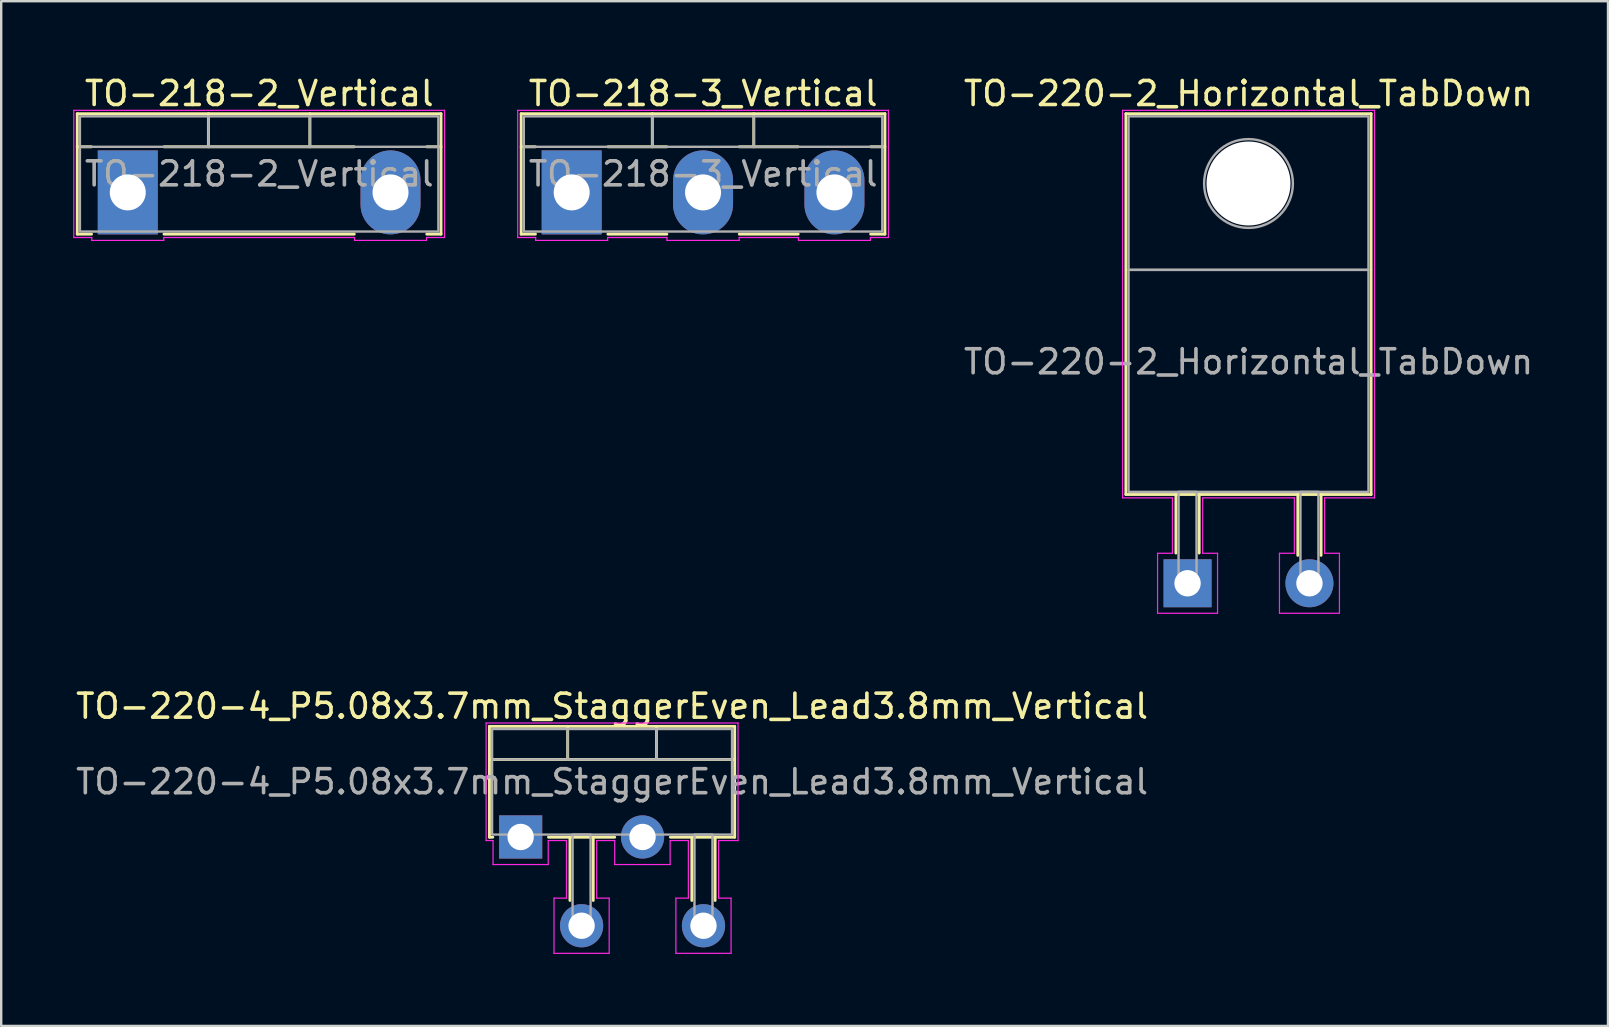
<source format=kicad_pcb>
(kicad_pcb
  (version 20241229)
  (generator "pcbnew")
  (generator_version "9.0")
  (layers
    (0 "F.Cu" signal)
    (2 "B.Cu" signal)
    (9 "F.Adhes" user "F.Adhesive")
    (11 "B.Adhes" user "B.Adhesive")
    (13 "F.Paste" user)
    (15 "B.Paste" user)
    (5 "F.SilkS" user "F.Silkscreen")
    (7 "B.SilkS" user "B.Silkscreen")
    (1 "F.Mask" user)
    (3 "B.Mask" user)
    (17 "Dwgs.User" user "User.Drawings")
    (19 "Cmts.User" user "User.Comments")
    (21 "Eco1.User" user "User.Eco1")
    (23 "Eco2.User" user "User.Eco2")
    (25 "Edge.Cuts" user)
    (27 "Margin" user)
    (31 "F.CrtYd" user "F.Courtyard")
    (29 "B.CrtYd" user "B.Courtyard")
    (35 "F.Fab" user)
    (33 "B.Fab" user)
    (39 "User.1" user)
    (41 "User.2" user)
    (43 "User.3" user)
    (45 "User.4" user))
  (footprint "TO-218-3_Vertical"
    (layer "F.Cu")
    (at 20.775 4.968)
    (property "Reference" "TO-218-3_Vertical" (at 5.48 -4.12 0) (layer "F.SilkS") (effects (font (size 1 1) (thickness 0.15))))
    (attr through_hole)
    (fp_line (start -2.105 -3.28) (end -2.105 1.74) (stroke (width 0.12) (type solid)) (layer "F.SilkS"))
    (fp_line (start -2.105 -3.28) (end 13.055 -3.28) (stroke (width 0.12) (type solid)) (layer "F.SilkS"))
    (fp_line (start -2.105 -1.9) (end -1.51 -1.9) (stroke (width 0.12) (type solid)) (layer "F.SilkS"))
    (fp_line (start -2.105 1.74) (end -1.51 1.74) (stroke (width 0.12) (type solid)) (layer "F.SilkS"))
    (fp_line (start 1.51 -1.9) (end 3.965 -1.9) (stroke (width 0.12) (type solid)) (layer "F.SilkS"))
    (fp_line (start 1.51 1.74) (end 3.965 1.74) (stroke (width 0.12) (type solid)) (layer "F.SilkS"))
    (fp_line (start 3.36 -3.28) (end 3.36 -1.9) (stroke (width 0.12) (type solid)) (layer "F.SilkS"))
    (fp_line (start 6.985 -1.9) (end 9.44 -1.9) (stroke (width 0.12) (type solid)) (layer "F.SilkS"))
    (fp_line (start 6.985 1.74) (end 9.44 1.74) (stroke (width 0.12) (type solid)) (layer "F.SilkS"))
    (fp_line (start 7.59 -3.28) (end 7.59 -1.9) (stroke (width 0.12) (type solid)) (layer "F.SilkS"))
    (fp_line (start 12.46 -1.9) (end 13.055 -1.9) (stroke (width 0.12) (type solid)) (layer "F.SilkS"))
    (fp_line (start 12.46 1.74) (end 13.055 1.74) (stroke (width 0.12) (type solid)) (layer "F.SilkS"))
    (fp_line (start 13.055 -3.28) (end 13.055 1.74) (stroke (width 0.12) (type solid)) (layer "F.SilkS"))
    (fp_line (start -2.25 -3.42) (end 13.2 -3.42) (stroke (width 0.05) (type solid)) (layer "F.CrtYd"))
    (fp_line (start -2.25 1.88) (end -2.25 -3.42) (stroke (width 0.05) (type solid)) (layer "F.CrtYd"))
    (fp_line (start -1.5 1.88) (end -2.25 1.88) (stroke (width 0.05) (type solid)) (layer "F.CrtYd"))
    (fp_line (start -1.5 2) (end -1.5 1.88) (stroke (width 0.05) (type solid)) (layer "F.CrtYd"))
    (fp_line (start 1.5 1.88) (end 1.5 2) (stroke (width 0.05) (type solid)) (layer "F.CrtYd"))
    (fp_line (start 1.5 2) (end -1.5 2) (stroke (width 0.05) (type solid)) (layer "F.CrtYd"))
    (fp_line (start 3.97 1.88) (end 1.5 1.88) (stroke (width 0.05) (type solid)) (layer "F.CrtYd"))
    (fp_line (start 3.97 2) (end 3.97 1.88) (stroke (width 0.05) (type solid)) (layer "F.CrtYd"))
    (fp_line (start 6.98 1.88) (end 6.98 2) (stroke (width 0.05) (type solid)) (layer "F.CrtYd"))
    (fp_line (start 6.98 2) (end 3.97 2) (stroke (width 0.05) (type solid)) (layer "F.CrtYd"))
    (fp_line (start 9.45 1.88) (end 6.98 1.88) (stroke (width 0.05) (type solid)) (layer "F.CrtYd"))
    (fp_line (start 9.45 2) (end 9.45 1.88) (stroke (width 0.05) (type solid)) (layer "F.CrtYd"))
    (fp_line (start 12.45 1.88) (end 12.45 2) (stroke (width 0.05) (type solid)) (layer "F.CrtYd"))
    (fp_line (start 12.45 2) (end 9.45 2) (stroke (width 0.05) (type solid)) (layer "F.CrtYd"))
    (fp_line (start 13.2 -3.42) (end 13.2 1.88) (stroke (width 0.05) (type solid)) (layer "F.CrtYd"))
    (fp_line (start 13.2 1.88) (end 12.45 1.88) (stroke (width 0.05) (type solid)) (layer "F.CrtYd"))
    (fp_line (start -1.995 -1.9) (end 12.945 -1.9) (stroke (width 0.1) (type solid)) (layer "F.Fab"))
    (fp_line (start 3.36 -3.17) (end 3.36 -1.9) (stroke (width 0.1) (type solid)) (layer "F.Fab"))
    (fp_line (start 7.59 -3.17) (end 7.59 -1.9) (stroke (width 0.1) (type solid)) (layer "F.Fab"))
    (fp_rect (start -1.995 -3.17) (end 12.945 1.63) (stroke (width 0.1) (type solid)) (fill no) (layer "F.Fab"))
    (fp_text user "${REFERENCE}" (at 5.48 -0.77 0) (layer "F.Fab") (effects (font (size 1 1) (thickness 0.15))))
    (pad "1" thru_hole rect (at 0 0) (size 2.5 3.5) (drill 1.5) (layers "*.Cu" "*.Mask"))
    (pad "2" thru_hole oval (at 5.475 0) (size 2.5 3.5) (drill 1.5) (layers "*.Cu" "*.Mask"))
    (pad "3" thru_hole oval (at 10.95 0) (size 2.5 3.5) (drill 1.5) (layers "*.Cu" "*.Mask")))
  (footprint "TO-220-2_Horizontal_TabDown"
    (layer "F.Cu")
    (at 46.442 21.258)
    (property "Reference" "TO-220-2_Horizontal_TabDown" (at 2.54 -20.41 0) (layer "F.SilkS") (effects (font (size 1 1) (thickness 0.15))))
    (attr through_hole)
    (fp_line (start -2.57 -19.57) (end 7.65 -19.57) (stroke (width 0.12) (type solid)) (layer "F.SilkS"))
    (fp_line (start -2.57 -3.7) (end -2.57 -19.57) (stroke (width 0.12) (type solid)) (layer "F.SilkS"))
    (fp_line (start -2.57 -3.7) (end 7.65 -3.7) (stroke (width 0.12) (type solid)) (layer "F.SilkS"))
    (fp_line (start -0.485 -3.7) (end -0.485 -1.26) (stroke (width 0.12) (type solid)) (layer "F.SilkS"))
    (fp_line (start 0.485 -3.7) (end 0.485 -1.26) (stroke (width 0.12) (type solid)) (layer "F.SilkS"))
    (fp_line (start 4.595 -3.7) (end 4.595 -1.163) (stroke (width 0.12) (type solid)) (layer "F.SilkS"))
    (fp_line (start 5.565 -3.7) (end 5.565 -1.163) (stroke (width 0.12) (type solid)) (layer "F.SilkS"))
    (fp_line (start 7.65 -3.7) (end 7.65 -19.57) (stroke (width 0.12) (type solid)) (layer "F.SilkS"))
    (fp_line (start -2.71 -19.71) (end 7.79 -19.71) (stroke (width 0.05) (type solid)) (layer "F.CrtYd"))
    (fp_line (start -2.71 -3.56) (end -2.71 -19.71) (stroke (width 0.05) (type solid)) (layer "F.CrtYd"))
    (fp_line (start -1.25 -1.25) (end -0.63 -1.25) (stroke (width 0.05) (type solid)) (layer "F.CrtYd"))
    (fp_line (start -1.25 1.25) (end -1.25 -1.25) (stroke (width 0.05) (type solid)) (layer "F.CrtYd"))
    (fp_line (start -0.63 -3.56) (end -2.71 -3.56) (stroke (width 0.05) (type solid)) (layer "F.CrtYd"))
    (fp_line (start -0.63 -1.25) (end -0.63 -3.56) (stroke (width 0.05) (type solid)) (layer "F.CrtYd"))
    (fp_line (start 0.63 -3.56) (end 0.63 -1.25) (stroke (width 0.05) (type solid)) (layer "F.CrtYd"))
    (fp_line (start 0.63 -1.25) (end 1.25 -1.25) (stroke (width 0.05) (type solid)) (layer "F.CrtYd"))
    (fp_line (start 1.25 -1.25) (end 1.25 1.25) (stroke (width 0.05) (type solid)) (layer "F.CrtYd"))
    (fp_line (start 1.25 1.25) (end -1.25 1.25) (stroke (width 0.05) (type solid)) (layer "F.CrtYd"))
    (fp_line (start 3.83 -1.25) (end 4.45 -1.25) (stroke (width 0.05) (type solid)) (layer "F.CrtYd"))
    (fp_line (start 3.83 1.25) (end 3.83 -1.25) (stroke (width 0.05) (type solid)) (layer "F.CrtYd"))
    (fp_line (start 4.45 -3.56) (end 0.63 -3.56) (stroke (width 0.05) (type solid)) (layer "F.CrtYd"))
    (fp_line (start 4.45 -1.25) (end 4.45 -3.56) (stroke (width 0.05) (type solid)) (layer "F.CrtYd"))
    (fp_line (start 5.71 -3.56) (end 5.71 -1.25) (stroke (width 0.05) (type solid)) (layer "F.CrtYd"))
    (fp_line (start 5.71 -1.25) (end 6.33 -1.25) (stroke (width 0.05) (type solid)) (layer "F.CrtYd"))
    (fp_line (start 6.33 -1.25) (end 6.33 1.25) (stroke (width 0.05) (type solid)) (layer "F.CrtYd"))
    (fp_line (start 6.33 1.25) (end 3.83 1.25) (stroke (width 0.05) (type solid)) (layer "F.CrtYd"))
    (fp_line (start 7.79 -19.71) (end 7.79 -3.56) (stroke (width 0.05) (type solid)) (layer "F.CrtYd"))
    (fp_line (start 7.79 -3.56) (end 5.71 -3.56) (stroke (width 0.05) (type solid)) (layer "F.CrtYd"))
    (fp_rect (start -2.46 -19.46) (end 7.54 -13.06) (stroke (width 0.1) (type solid)) (fill no) (layer "F.Fab"))
    (fp_rect (start -2.46 -3.81) (end 7.54 -13.06) (stroke (width 0.1) (type solid)) (fill no) (layer "F.Fab"))
    (fp_rect (start -0.375 -3.81) (end 0.375 0) (stroke (width 0.1) (type solid)) (fill no) (layer "F.Fab"))
    (fp_rect (start 4.705 -3.81) (end 5.455 0) (stroke (width 0.1) (type solid)) (fill no) (layer "F.Fab"))
    (fp_circle (center 2.54 -16.66) (end 4.39 -16.66) (stroke (width 0.1) (type solid)) (fill no) (layer "F.Fab"))
    (fp_text user "${REFERENCE}" (at 2.54 -9.23 0) (layer "F.Fab") (effects (font (size 1 1) (thickness 0.15))))
    (pad "" np_thru_hole circle (at 2.54 -16.66) (size 3.5 3.5) (drill 3.5) (layers "*.Cu" "*.Mask"))
    (pad "1" thru_hole rect (at 0 0) (size 2 2) (drill 1.1) (layers "*.Cu" "*.Mask"))
    (pad "2" thru_hole circle (at 5.08 0) (size 2 2) (drill 1.1) (layers "*.Cu" "*.Mask")))
  (footprint "TO-218-2_Vertical"
    (layer "F.Cu")
    (at 2.275 4.968)
    (property "Reference" "TO-218-2_Vertical" (at 5.48 -4.12 0) (layer "F.SilkS") (effects (font (size 1 1) (thickness 0.15))))
    (attr through_hole)
    (fp_line (start -2.105 -3.28) (end -2.105 1.74) (stroke (width 0.12) (type solid)) (layer "F.SilkS"))
    (fp_line (start -2.105 -3.28) (end 13.055 -3.28) (stroke (width 0.12) (type solid)) (layer "F.SilkS"))
    (fp_line (start -2.105 -1.9) (end -1.51 -1.9) (stroke (width 0.12) (type solid)) (layer "F.SilkS"))
    (fp_line (start -2.105 1.74) (end -1.51 1.74) (stroke (width 0.12) (type solid)) (layer "F.SilkS"))
    (fp_line (start 1.51 -1.9) (end 9.44 -1.9) (stroke (width 0.12) (type solid)) (layer "F.SilkS"))
    (fp_line (start 1.51 1.74) (end 9.44 1.74) (stroke (width 0.12) (type solid)) (layer "F.SilkS"))
    (fp_line (start 3.36 -3.28) (end 3.36 -1.9) (stroke (width 0.12) (type solid)) (layer "F.SilkS"))
    (fp_line (start 7.59 -3.28) (end 7.59 -1.9) (stroke (width 0.12) (type solid)) (layer "F.SilkS"))
    (fp_line (start 12.46 -1.9) (end 13.055 -1.9) (stroke (width 0.12) (type solid)) (layer "F.SilkS"))
    (fp_line (start 12.46 1.74) (end 13.055 1.74) (stroke (width 0.12) (type solid)) (layer "F.SilkS"))
    (fp_line (start 13.055 -3.28) (end 13.055 1.74) (stroke (width 0.12) (type solid)) (layer "F.SilkS"))
    (fp_line (start -2.25 -3.42) (end 13.2 -3.42) (stroke (width 0.05) (type solid)) (layer "F.CrtYd"))
    (fp_line (start -2.25 1.88) (end -2.25 -3.42) (stroke (width 0.05) (type solid)) (layer "F.CrtYd"))
    (fp_line (start -1.5 1.88) (end -2.25 1.88) (stroke (width 0.05) (type solid)) (layer "F.CrtYd"))
    (fp_line (start -1.5 2) (end -1.5 1.88) (stroke (width 0.05) (type solid)) (layer "F.CrtYd"))
    (fp_line (start 1.5 1.88) (end 1.5 2) (stroke (width 0.05) (type solid)) (layer "F.CrtYd"))
    (fp_line (start 1.5 2) (end -1.5 2) (stroke (width 0.05) (type solid)) (layer "F.CrtYd"))
    (fp_line (start 9.45 1.88) (end 1.5 1.88) (stroke (width 0.05) (type solid)) (layer "F.CrtYd"))
    (fp_line (start 9.45 2) (end 9.45 1.88) (stroke (width 0.05) (type solid)) (layer "F.CrtYd"))
    (fp_line (start 12.45 1.88) (end 12.45 2) (stroke (width 0.05) (type solid)) (layer "F.CrtYd"))
    (fp_line (start 12.45 2) (end 9.45 2) (stroke (width 0.05) (type solid)) (layer "F.CrtYd"))
    (fp_line (start 13.2 -3.42) (end 13.2 1.88) (stroke (width 0.05) (type solid)) (layer "F.CrtYd"))
    (fp_line (start 13.2 1.88) (end 12.45 1.88) (stroke (width 0.05) (type solid)) (layer "F.CrtYd"))
    (fp_line (start -1.995 -1.9) (end 12.945 -1.9) (stroke (width 0.1) (type solid)) (layer "F.Fab"))
    (fp_line (start 3.36 -3.17) (end 3.36 -1.9) (stroke (width 0.1) (type solid)) (layer "F.Fab"))
    (fp_line (start 7.59 -3.17) (end 7.59 -1.9) (stroke (width 0.1) (type solid)) (layer "F.Fab"))
    (fp_rect (start -1.995 -3.17) (end 12.945 1.63) (stroke (width 0.1) (type solid)) (fill no) (layer "F.Fab"))
    (fp_text user "${REFERENCE}" (at 5.48 -0.77 0) (layer "F.Fab") (effects (font (size 1 1) (thickness 0.15))))
    (pad "1" thru_hole rect (at 0 0) (size 2.5 3.5) (drill 1.5) (layers "*.Cu" "*.Mask"))
    (pad "2" thru_hole oval (at 10.95 0) (size 2.5 3.5) (drill 1.5) (layers "*.Cu" "*.Mask")))
  (footprint "TO-220-4_P5.08x3.7mm_StaggerEven_Lead3.8mm_Vertical"
    (layer "F.Cu")
    (at 18.648 31.831)
    (property "Reference" "TO-220-4_P5.08x3.7mm_StaggerEven_Lead3.8mm_Vertical" (at 3.81 -5.45 0) (layer "F.SilkS") (effects (font (size 1 1) (thickness 0.15))))
    (attr through_hole)
    (fp_line (start -1.3 -4.61) (end -1.3 0.01) (stroke (width 0.12) (type solid)) (layer "F.SilkS"))
    (fp_line (start -1.3 -4.61) (end 8.92 -4.61) (stroke (width 0.12) (type solid)) (layer "F.SilkS"))
    (fp_line (start -1.3 -3.23) (end 8.92 -3.23) (stroke (width 0.12) (type solid)) (layer "F.SilkS"))
    (fp_line (start -1.3 0.01) (end -1.16 0.01) (stroke (width 0.12) (type solid)) (layer "F.SilkS"))
    (fp_line (start 1.16 0.01) (end 3.92 0.01) (stroke (width 0.12) (type solid)) (layer "F.SilkS"))
    (fp_line (start 1.96 -4.61) (end 1.96 -3.23) (stroke (width 0.12) (type solid)) (layer "F.SilkS"))
    (fp_line (start 2.055 0.01) (end 2.055 2.646) (stroke (width 0.12) (type solid)) (layer "F.SilkS"))
    (fp_line (start 3.025 0.01) (end 3.025 2.646) (stroke (width 0.12) (type solid)) (layer "F.SilkS"))
    (fp_line (start 5.66 -4.61) (end 5.66 -3.23) (stroke (width 0.12) (type solid)) (layer "F.SilkS"))
    (fp_line (start 6.24 0.01) (end 8.92 0.01) (stroke (width 0.12) (type solid)) (layer "F.SilkS"))
    (fp_line (start 7.135 0.01) (end 7.135 2.646) (stroke (width 0.12) (type solid)) (layer "F.SilkS"))
    (fp_line (start 8.105 0.01) (end 8.105 2.646) (stroke (width 0.12) (type solid)) (layer "F.SilkS"))
    (fp_line (start 8.92 -4.61) (end 8.92 0.01) (stroke (width 0.12) (type solid)) (layer "F.SilkS"))
    (fp_line (start -1.44 -4.75) (end 9.06 -4.75) (stroke (width 0.05) (type solid)) (layer "F.CrtYd"))
    (fp_line (start -1.44 0.15) (end -1.44 -4.75) (stroke (width 0.05) (type solid)) (layer "F.CrtYd"))
    (fp_line (start -1.15 0.15) (end -1.44 0.15) (stroke (width 0.05) (type solid)) (layer "F.CrtYd"))
    (fp_line (start -1.15 1.15) (end -1.15 0.15) (stroke (width 0.05) (type solid)) (layer "F.CrtYd"))
    (fp_line (start 1.15 0.15) (end 1.15 1.15) (stroke (width 0.05) (type solid)) (layer "F.CrtYd"))
    (fp_line (start 1.15 1.15) (end -1.15 1.15) (stroke (width 0.05) (type solid)) (layer "F.CrtYd"))
    (fp_line (start 1.39 2.55) (end 1.91 2.55) (stroke (width 0.05) (type solid)) (layer "F.CrtYd"))
    (fp_line (start 1.39 4.85) (end 1.39 2.55) (stroke (width 0.05) (type solid)) (layer "F.CrtYd"))
    (fp_line (start 1.91 0.15) (end 1.15 0.15) (stroke (width 0.05) (type solid)) (layer "F.CrtYd"))
    (fp_line (start 1.91 2.55) (end 1.91 0.15) (stroke (width 0.05) (type solid)) (layer "F.CrtYd"))
    (fp_line (start 3.17 0.15) (end 3.17 2.55) (stroke (width 0.05) (type solid)) (layer "F.CrtYd"))
    (fp_line (start 3.17 2.55) (end 3.69 2.55) (stroke (width 0.05) (type solid)) (layer "F.CrtYd"))
    (fp_line (start 3.69 2.55) (end 3.69 4.85) (stroke (width 0.05) (type solid)) (layer "F.CrtYd"))
    (fp_line (start 3.69 4.85) (end 1.39 4.85) (stroke (width 0.05) (type solid)) (layer "F.CrtYd"))
    (fp_line (start 3.92 0.15) (end 3.17 0.15) (stroke (width 0.05) (type solid)) (layer "F.CrtYd"))
    (fp_line (start 3.92 1.15) (end 3.92 0.15) (stroke (width 0.05) (type solid)) (layer "F.CrtYd"))
    (fp_line (start 6.23 0.15) (end 6.23 1.15) (stroke (width 0.05) (type solid)) (layer "F.CrtYd"))
    (fp_line (start 6.23 1.15) (end 3.92 1.15) (stroke (width 0.05) (type solid)) (layer "F.CrtYd"))
    (fp_line (start 6.47 2.55) (end 6.99 2.55) (stroke (width 0.05) (type solid)) (layer "F.CrtYd"))
    (fp_line (start 6.47 4.85) (end 6.47 2.55) (stroke (width 0.05) (type solid)) (layer "F.CrtYd"))
    (fp_line (start 6.99 0.15) (end 6.23 0.15) (stroke (width 0.05) (type solid)) (layer "F.CrtYd"))
    (fp_line (start 6.99 2.55) (end 6.99 0.15) (stroke (width 0.05) (type solid)) (layer "F.CrtYd"))
    (fp_line (start 8.25 0.15) (end 8.25 2.55) (stroke (width 0.05) (type solid)) (layer "F.CrtYd"))
    (fp_line (start 8.25 2.55) (end 8.77 2.55) (stroke (width 0.05) (type solid)) (layer "F.CrtYd"))
    (fp_line (start 8.77 2.55) (end 8.77 4.85) (stroke (width 0.05) (type solid)) (layer "F.CrtYd"))
    (fp_line (start 8.77 4.85) (end 6.47 4.85) (stroke (width 0.05) (type solid)) (layer "F.CrtYd"))
    (fp_line (start 9.06 -4.75) (end 9.06 0.15) (stroke (width 0.05) (type solid)) (layer "F.CrtYd"))
    (fp_line (start 9.06 0.15) (end 8.25 0.15) (stroke (width 0.05) (type solid)) (layer "F.CrtYd"))
    (fp_line (start -1.19 -3.23) (end 8.81 -3.23) (stroke (width 0.1) (type solid)) (layer "F.Fab"))
    (fp_line (start 1.96 -4.5) (end 1.96 -3.23) (stroke (width 0.1) (type solid)) (layer "F.Fab"))
    (fp_line (start 5.66 -4.5) (end 5.66 -3.23) (stroke (width 0.1) (type solid)) (layer "F.Fab"))
    (fp_rect (start -1.19 -4.5) (end 8.81 -0.1) (stroke (width 0.1) (type solid)) (fill no) (layer "F.Fab"))
    (fp_rect (start -0.375 -0.1) (end 0.375 0) (stroke (width 0.1) (type solid)) (fill no) (layer "F.Fab"))
    (fp_rect (start 2.165 -0.1) (end 2.915 3.7) (stroke (width 0.1) (type solid)) (fill no) (layer "F.Fab"))
    (fp_rect (start 4.705 -0.1) (end 5.455 0) (stroke (width 0.1) (type solid)) (fill no) (layer "F.Fab"))
    (fp_rect (start 7.245 -0.1) (end 7.995 3.7) (stroke (width 0.1) (type solid)) (fill no) (layer "F.Fab"))
    (fp_text user "${REFERENCE}" (at 3.81 -2.3 0) (layer "F.Fab") (effects (font (size 1 1) (thickness 0.15))))
    (pad "1" thru_hole rect (at 0 0) (size 1.8 1.8) (drill 1.1) (layers "*.Cu" "*.Mask"))
    (pad "2" thru_hole circle (at 2.54 3.7) (size 1.8 1.8) (drill 1.1) (layers "*.Cu" "*.Mask"))
    (pad "3" thru_hole circle (at 5.08 0) (size 1.8 1.8) (drill 1.1) (layers "*.Cu" "*.Mask"))
    (pad "4" thru_hole circle (at 7.62 3.7) (size 1.8 1.8) (drill 1.1) (layers "*.Cu" "*.Mask")))
  (gr_rect
    (start -3 -3)
    (end 63.964 39.706)
    (stroke (width 0.1) (type default))
    (fill no)
    (layer "Edge.Cuts")))
</source>
